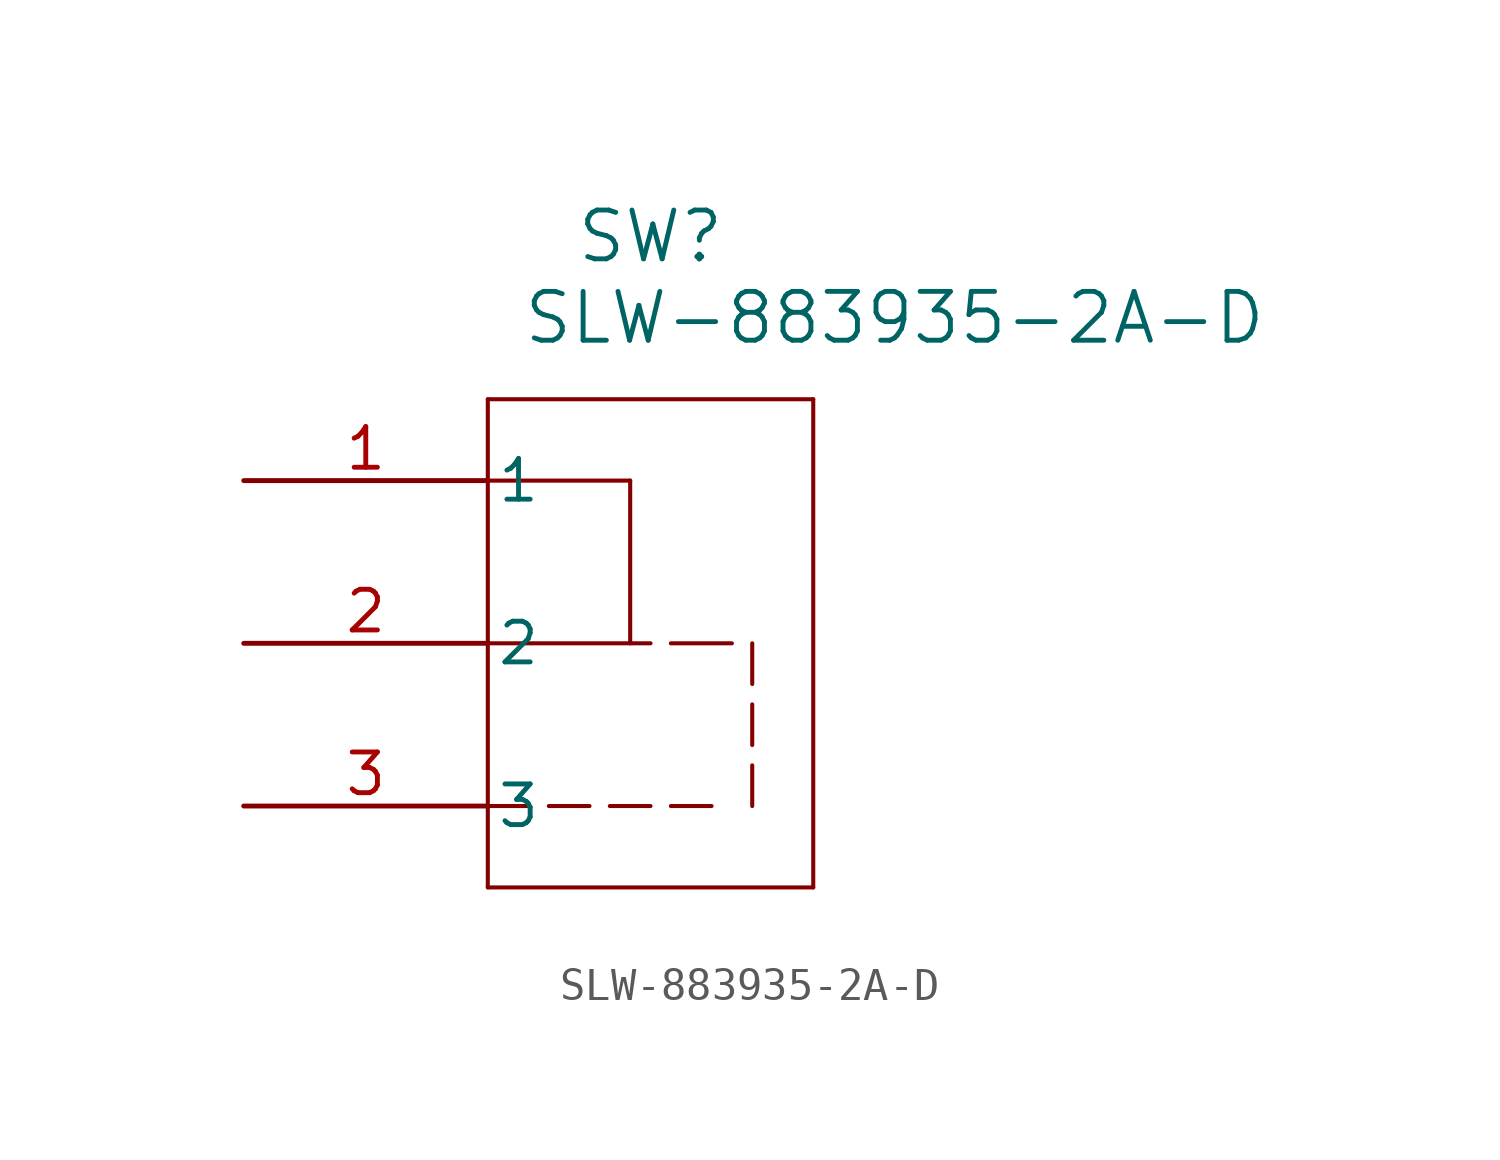
<source format=kicad_sym>
(kicad_symbol_lib
  (version 20211014)
  (generator kicad_symbol_editor)
  (symbol "SLW-883935-2A-D"
    (pin_names
      (offset 0.254))
    (property "Reference" "SW"
      (at 12.7 7.62 0)
      (effects (font (size 1.524 1.524))))
    (property "Value" "SLW-883935-2A-D"
      (at 20.32 5.08 0)
      (effects (font (size 1.524 1.524))))
    (symbol "SLW-883935-2A-D_0_1"
      (polyline (pts (xy 7.62 2.54) (xy 7.62 -12.7)) (stroke (width 0.127) (type default) (color 0 0 0 0)) (fill (type none)))
      (polyline (pts (xy 7.62 -12.7) (xy 17.78 -12.7)) (stroke (width 0.127) (type default) (color 0 0 0 0)) (fill (type none)))
      (polyline (pts (xy 17.78 -12.7) (xy 17.78 2.54)) (stroke (width 0.127) (type default) (color 0 0 0 0)) (fill (type none)))
      (polyline (pts (xy 17.78 2.54) (xy 7.62 2.54)) (stroke (width 0.127) (type default) (color 0 0 0 0)) (fill (type none)))
      (polyline (pts (xy 7.62 -5.08) (xy 12.7 -5.08)) (stroke (width 0.127) (type default) (color 0 0 0 0)) (fill (type none)))
      (polyline (pts (xy 7.62 -10.16) (xy 8.89 -10.16)) (stroke (width 0.127) (type default) (color 0 0 0 0)) (fill (type none)))
      (polyline (pts (xy 15.875 -10.16) (xy 15.875 -8.89)) (stroke (width 0.127) (type default) (color 0 0 0 0)) (fill (type none)))
      (polyline (pts (xy 7.62 0) (xy 12.065 0)) (stroke (width 0.127) (type default) (color 0 0 0 0)) (fill (type none)))
      (polyline (pts (xy 12.065 0) (xy 12.065 -5.08)) (stroke (width 0.127) (type default) (color 0 0 0 0)) (fill (type none)))
      (polyline (pts (xy 9.525 -10.16) (xy 10.795 -10.16)) (stroke (width 0.127) (type default) (color 0 0 0 0)) (fill (type none)))
      (polyline (pts (xy 11.43 -10.16) (xy 12.7 -10.16)) (stroke (width 0.127) (type default) (color 0 0 0 0)) (fill (type none)))
      (polyline (pts (xy 13.335 -10.16) (xy 14.605 -10.16)) (stroke (width 0.127) (type default) (color 0 0 0 0)) (fill (type none)))
      (polyline (pts (xy 15.875 -8.255) (xy 15.875 -6.985)) (stroke (width 0.127) (type default) (color 0 0 0 0)) (fill (type none)))
      (polyline (pts (xy 15.875 -6.35) (xy 15.875 -5.08)) (stroke (width 0.127) (type default) (color 0 0 0 0)) (fill (type none)))
      (polyline (pts (xy 15.24 -5.08) (xy 13.335 -5.08)) (stroke (width 0.127) (type default) (color 0 0 0 0)) (fill (type none)))
      (pin unspecified line (at 0 0 0) (length 7.62) (name "1" (effects (font (size 1.27 1.27)))) (number "1" (effects (font (size 1.27 1.27)))))
      (pin unspecified line (at 0 -5.08 0) (length 7.62) (name "2" (effects (font (size 1.27 1.27)))) (number "2" (effects (font (size 1.27 1.27)))))
      (pin unspecified line (at 0 -10.16 0) (length 7.62) (name "3" (effects (font (size 1.27 1.27)))) (number "3" (effects (font (size 1.27 1.27))))))))
</source>
